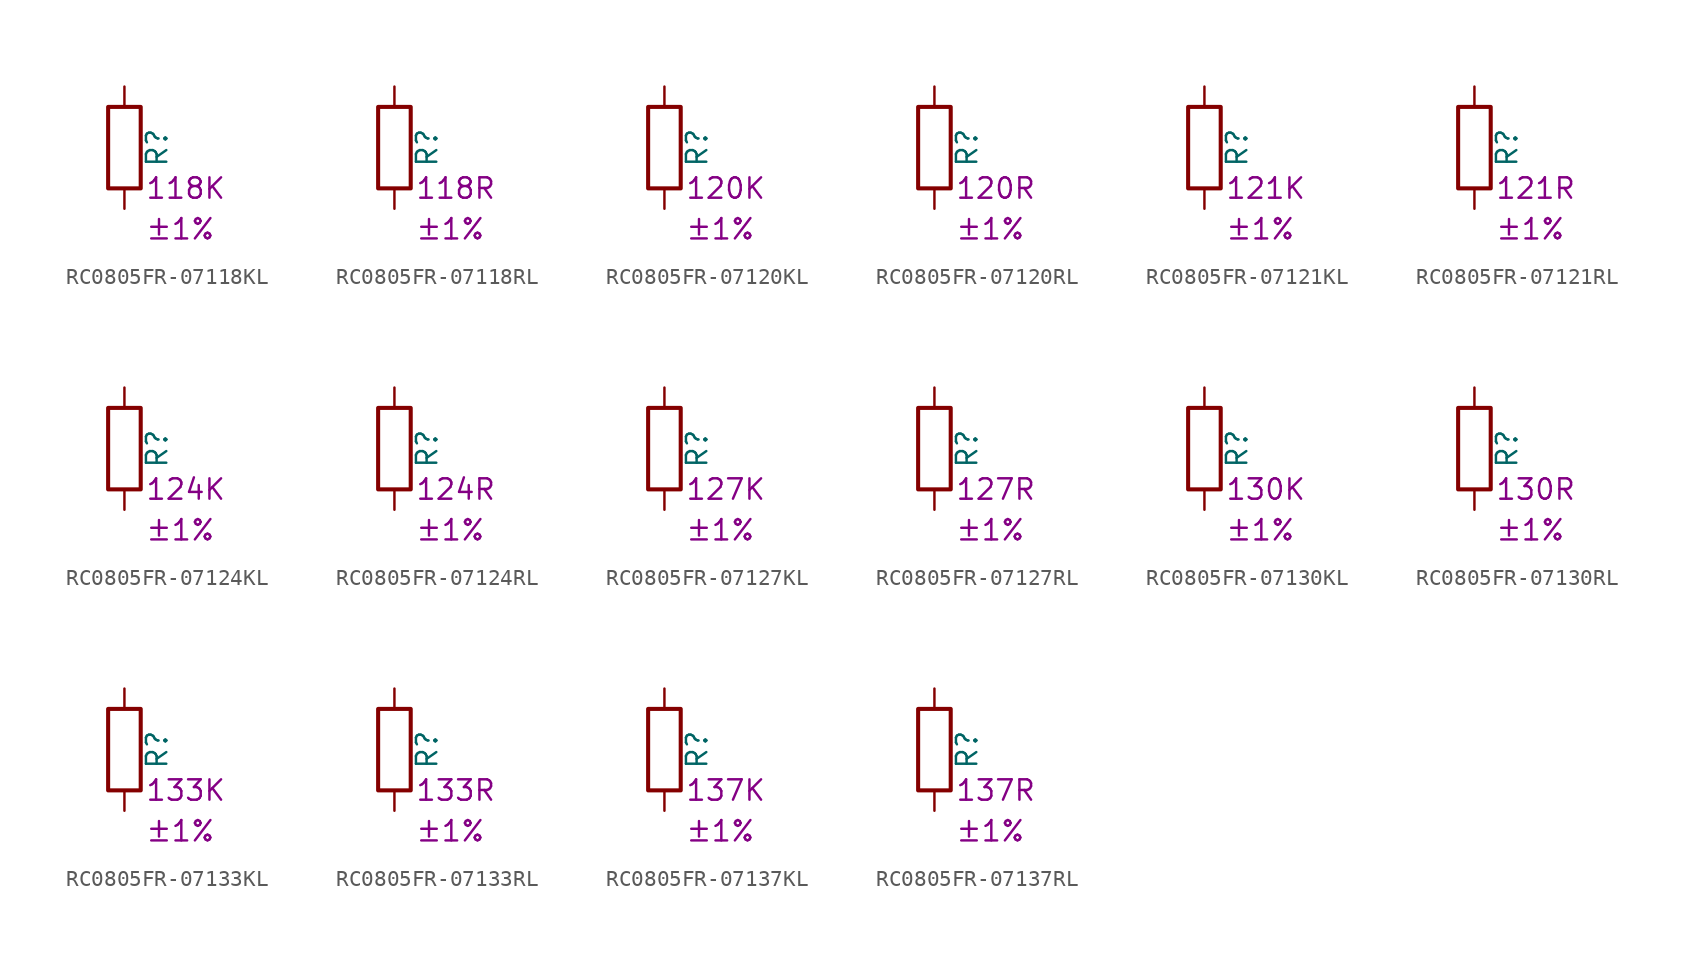
<source format=kicad_sym>
(kicad_symbol_lib
  (version 20220914)
  (generator kicad_symbol_editor)
  (symbol "RC0805FR-07118KL"
    (pin_numbers hide)
    (pin_names
      (offset 0))
    (property "Reference" "R"
      (at 2.032 0 90)
      (effects (font (size 1.27 1.27))))
    (property "Resistance" "118K"
      (at 1.27 -2.54 0)
      (effects (font (size 1.27 1.27)) (justify left)))
    (property "Tolerance" "±1%"
      (at 1.27 -5.08 0)
      (effects (font (size 1.27 1.27)) (justify left)))
    (symbol "RC0805FR-07118KL_0_1"
      (rectangle (start -1.016 -2.54) (end 1.016 2.54) (stroke (width 0.254) (type default)) (fill (type none))))
    (symbol "RC0805FR-07118KL_1_1"
      (pin passive line (at 0 3.81 270) (length 1.27) (name "~" (effects (font (size 1.27 1.27)))) (number "1" (effects (font (size 1.27 1.27)))))
      (pin passive line (at 0 -3.81 90) (length 1.27) (name "~" (effects (font (size 1.27 1.27)))) (number "2" (effects (font (size 1.27 1.27)))))))
  (symbol "RC0805FR-07118RL"
    (pin_numbers hide)
    (pin_names
      (offset 0))
    (property "Reference" "R"
      (at 2.032 0 90)
      (effects (font (size 1.27 1.27))))
    (property "Resistance" "118R"
      (at 1.27 -2.54 0)
      (effects (font (size 1.27 1.27)) (justify left)))
    (property "Tolerance" "±1%"
      (at 1.27 -5.08 0)
      (effects (font (size 1.27 1.27)) (justify left)))
    (symbol "RC0805FR-07118RL_0_1"
      (rectangle (start -1.016 -2.54) (end 1.016 2.54) (stroke (width 0.254) (type default)) (fill (type none))))
    (symbol "RC0805FR-07118RL_1_1"
      (pin passive line (at 0 3.81 270) (length 1.27) (name "~" (effects (font (size 1.27 1.27)))) (number "1" (effects (font (size 1.27 1.27)))))
      (pin passive line (at 0 -3.81 90) (length 1.27) (name "~" (effects (font (size 1.27 1.27)))) (number "2" (effects (font (size 1.27 1.27)))))))
  (symbol "RC0805FR-07120KL"
    (pin_numbers hide)
    (pin_names
      (offset 0))
    (property "Reference" "R"
      (at 2.032 0 90)
      (effects (font (size 1.27 1.27))))
    (property "Resistance" "120K"
      (at 1.27 -2.54 0)
      (effects (font (size 1.27 1.27)) (justify left)))
    (property "Tolerance" "±1%"
      (at 1.27 -5.08 0)
      (effects (font (size 1.27 1.27)) (justify left)))
    (symbol "RC0805FR-07120KL_0_1"
      (rectangle (start -1.016 -2.54) (end 1.016 2.54) (stroke (width 0.254) (type default)) (fill (type none))))
    (symbol "RC0805FR-07120KL_1_1"
      (pin passive line (at 0 3.81 270) (length 1.27) (name "~" (effects (font (size 1.27 1.27)))) (number "1" (effects (font (size 1.27 1.27)))))
      (pin passive line (at 0 -3.81 90) (length 1.27) (name "~" (effects (font (size 1.27 1.27)))) (number "2" (effects (font (size 1.27 1.27)))))))
  (symbol "RC0805FR-07120RL"
    (pin_numbers hide)
    (pin_names
      (offset 0))
    (property "Reference" "R"
      (at 2.032 0 90)
      (effects (font (size 1.27 1.27))))
    (property "Resistance" "120R"
      (at 1.27 -2.54 0)
      (effects (font (size 1.27 1.27)) (justify left)))
    (property "Tolerance" "±1%"
      (at 1.27 -5.08 0)
      (effects (font (size 1.27 1.27)) (justify left)))
    (symbol "RC0805FR-07120RL_0_1"
      (rectangle (start -1.016 -2.54) (end 1.016 2.54) (stroke (width 0.254) (type default)) (fill (type none))))
    (symbol "RC0805FR-07120RL_1_1"
      (pin passive line (at 0 3.81 270) (length 1.27) (name "~" (effects (font (size 1.27 1.27)))) (number "1" (effects (font (size 1.27 1.27)))))
      (pin passive line (at 0 -3.81 90) (length 1.27) (name "~" (effects (font (size 1.27 1.27)))) (number "2" (effects (font (size 1.27 1.27)))))))
  (symbol "RC0805FR-07121KL"
    (pin_numbers hide)
    (pin_names
      (offset 0))
    (property "Reference" "R"
      (at 2.032 0 90)
      (effects (font (size 1.27 1.27))))
    (property "Resistance" "121K"
      (at 1.27 -2.54 0)
      (effects (font (size 1.27 1.27)) (justify left)))
    (property "Tolerance" "±1%"
      (at 1.27 -5.08 0)
      (effects (font (size 1.27 1.27)) (justify left)))
    (symbol "RC0805FR-07121KL_0_1"
      (rectangle (start -1.016 -2.54) (end 1.016 2.54) (stroke (width 0.254) (type default)) (fill (type none))))
    (symbol "RC0805FR-07121KL_1_1"
      (pin passive line (at 0 3.81 270) (length 1.27) (name "~" (effects (font (size 1.27 1.27)))) (number "1" (effects (font (size 1.27 1.27)))))
      (pin passive line (at 0 -3.81 90) (length 1.27) (name "~" (effects (font (size 1.27 1.27)))) (number "2" (effects (font (size 1.27 1.27)))))))
  (symbol "RC0805FR-07121RL"
    (pin_numbers hide)
    (pin_names
      (offset 0))
    (property "Reference" "R"
      (at 2.032 0 90)
      (effects (font (size 1.27 1.27))))
    (property "Resistance" "121R"
      (at 1.27 -2.54 0)
      (effects (font (size 1.27 1.27)) (justify left)))
    (property "Tolerance" "±1%"
      (at 1.27 -5.08 0)
      (effects (font (size 1.27 1.27)) (justify left)))
    (symbol "RC0805FR-07121RL_0_1"
      (rectangle (start -1.016 -2.54) (end 1.016 2.54) (stroke (width 0.254) (type default)) (fill (type none))))
    (symbol "RC0805FR-07121RL_1_1"
      (pin passive line (at 0 3.81 270) (length 1.27) (name "~" (effects (font (size 1.27 1.27)))) (number "1" (effects (font (size 1.27 1.27)))))
      (pin passive line (at 0 -3.81 90) (length 1.27) (name "~" (effects (font (size 1.27 1.27)))) (number "2" (effects (font (size 1.27 1.27)))))))
  (symbol "RC0805FR-07124KL"
    (pin_numbers hide)
    (pin_names
      (offset 0))
    (property "Reference" "R"
      (at 2.032 0 90)
      (effects (font (size 1.27 1.27))))
    (property "Resistance" "124K"
      (at 1.27 -2.54 0)
      (effects (font (size 1.27 1.27)) (justify left)))
    (property "Tolerance" "±1%"
      (at 1.27 -5.08 0)
      (effects (font (size 1.27 1.27)) (justify left)))
    (symbol "RC0805FR-07124KL_0_1"
      (rectangle (start -1.016 -2.54) (end 1.016 2.54) (stroke (width 0.254) (type default)) (fill (type none))))
    (symbol "RC0805FR-07124KL_1_1"
      (pin passive line (at 0 3.81 270) (length 1.27) (name "~" (effects (font (size 1.27 1.27)))) (number "1" (effects (font (size 1.27 1.27)))))
      (pin passive line (at 0 -3.81 90) (length 1.27) (name "~" (effects (font (size 1.27 1.27)))) (number "2" (effects (font (size 1.27 1.27)))))))
  (symbol "RC0805FR-07124RL"
    (pin_numbers hide)
    (pin_names
      (offset 0))
    (property "Reference" "R"
      (at 2.032 0 90)
      (effects (font (size 1.27 1.27))))
    (property "Resistance" "124R"
      (at 1.27 -2.54 0)
      (effects (font (size 1.27 1.27)) (justify left)))
    (property "Tolerance" "±1%"
      (at 1.27 -5.08 0)
      (effects (font (size 1.27 1.27)) (justify left)))
    (symbol "RC0805FR-07124RL_0_1"
      (rectangle (start -1.016 -2.54) (end 1.016 2.54) (stroke (width 0.254) (type default)) (fill (type none))))
    (symbol "RC0805FR-07124RL_1_1"
      (pin passive line (at 0 3.81 270) (length 1.27) (name "~" (effects (font (size 1.27 1.27)))) (number "1" (effects (font (size 1.27 1.27)))))
      (pin passive line (at 0 -3.81 90) (length 1.27) (name "~" (effects (font (size 1.27 1.27)))) (number "2" (effects (font (size 1.27 1.27)))))))
  (symbol "RC0805FR-07127KL"
    (pin_numbers hide)
    (pin_names
      (offset 0))
    (property "Reference" "R"
      (at 2.032 0 90)
      (effects (font (size 1.27 1.27))))
    (property "Resistance" "127K"
      (at 1.27 -2.54 0)
      (effects (font (size 1.27 1.27)) (justify left)))
    (property "Tolerance" "±1%"
      (at 1.27 -5.08 0)
      (effects (font (size 1.27 1.27)) (justify left)))
    (symbol "RC0805FR-07127KL_0_1"
      (rectangle (start -1.016 -2.54) (end 1.016 2.54) (stroke (width 0.254) (type default)) (fill (type none))))
    (symbol "RC0805FR-07127KL_1_1"
      (pin passive line (at 0 3.81 270) (length 1.27) (name "~" (effects (font (size 1.27 1.27)))) (number "1" (effects (font (size 1.27 1.27)))))
      (pin passive line (at 0 -3.81 90) (length 1.27) (name "~" (effects (font (size 1.27 1.27)))) (number "2" (effects (font (size 1.27 1.27)))))))
  (symbol "RC0805FR-07127RL"
    (pin_numbers hide)
    (pin_names
      (offset 0))
    (property "Reference" "R"
      (at 2.032 0 90)
      (effects (font (size 1.27 1.27))))
    (property "Resistance" "127R"
      (at 1.27 -2.54 0)
      (effects (font (size 1.27 1.27)) (justify left)))
    (property "Tolerance" "±1%"
      (at 1.27 -5.08 0)
      (effects (font (size 1.27 1.27)) (justify left)))
    (symbol "RC0805FR-07127RL_0_1"
      (rectangle (start -1.016 -2.54) (end 1.016 2.54) (stroke (width 0.254) (type default)) (fill (type none))))
    (symbol "RC0805FR-07127RL_1_1"
      (pin passive line (at 0 3.81 270) (length 1.27) (name "~" (effects (font (size 1.27 1.27)))) (number "1" (effects (font (size 1.27 1.27)))))
      (pin passive line (at 0 -3.81 90) (length 1.27) (name "~" (effects (font (size 1.27 1.27)))) (number "2" (effects (font (size 1.27 1.27)))))))
  (symbol "RC0805FR-07130KL"
    (pin_numbers hide)
    (pin_names
      (offset 0))
    (property "Reference" "R"
      (at 2.032 0 90)
      (effects (font (size 1.27 1.27))))
    (property "Resistance" "130K"
      (at 1.27 -2.54 0)
      (effects (font (size 1.27 1.27)) (justify left)))
    (property "Tolerance" "±1%"
      (at 1.27 -5.08 0)
      (effects (font (size 1.27 1.27)) (justify left)))
    (symbol "RC0805FR-07130KL_0_1"
      (rectangle (start -1.016 -2.54) (end 1.016 2.54) (stroke (width 0.254) (type default)) (fill (type none))))
    (symbol "RC0805FR-07130KL_1_1"
      (pin passive line (at 0 3.81 270) (length 1.27) (name "~" (effects (font (size 1.27 1.27)))) (number "1" (effects (font (size 1.27 1.27)))))
      (pin passive line (at 0 -3.81 90) (length 1.27) (name "~" (effects (font (size 1.27 1.27)))) (number "2" (effects (font (size 1.27 1.27)))))))
  (symbol "RC0805FR-07130RL"
    (pin_numbers hide)
    (pin_names
      (offset 0))
    (property "Reference" "R"
      (at 2.032 0 90)
      (effects (font (size 1.27 1.27))))
    (property "Resistance" "130R"
      (at 1.27 -2.54 0)
      (effects (font (size 1.27 1.27)) (justify left)))
    (property "Tolerance" "±1%"
      (at 1.27 -5.08 0)
      (effects (font (size 1.27 1.27)) (justify left)))
    (symbol "RC0805FR-07130RL_0_1"
      (rectangle (start -1.016 -2.54) (end 1.016 2.54) (stroke (width 0.254) (type default)) (fill (type none))))
    (symbol "RC0805FR-07130RL_1_1"
      (pin passive line (at 0 3.81 270) (length 1.27) (name "~" (effects (font (size 1.27 1.27)))) (number "1" (effects (font (size 1.27 1.27)))))
      (pin passive line (at 0 -3.81 90) (length 1.27) (name "~" (effects (font (size 1.27 1.27)))) (number "2" (effects (font (size 1.27 1.27)))))))
  (symbol "RC0805FR-07133KL"
    (pin_numbers hide)
    (pin_names
      (offset 0))
    (property "Reference" "R"
      (at 2.032 0 90)
      (effects (font (size 1.27 1.27))))
    (property "Resistance" "133K"
      (at 1.27 -2.54 0)
      (effects (font (size 1.27 1.27)) (justify left)))
    (property "Tolerance" "±1%"
      (at 1.27 -5.08 0)
      (effects (font (size 1.27 1.27)) (justify left)))
    (symbol "RC0805FR-07133KL_0_1"
      (rectangle (start -1.016 -2.54) (end 1.016 2.54) (stroke (width 0.254) (type default)) (fill (type none))))
    (symbol "RC0805FR-07133KL_1_1"
      (pin passive line (at 0 3.81 270) (length 1.27) (name "~" (effects (font (size 1.27 1.27)))) (number "1" (effects (font (size 1.27 1.27)))))
      (pin passive line (at 0 -3.81 90) (length 1.27) (name "~" (effects (font (size 1.27 1.27)))) (number "2" (effects (font (size 1.27 1.27)))))))
  (symbol "RC0805FR-07133RL"
    (pin_numbers hide)
    (pin_names
      (offset 0))
    (property "Reference" "R"
      (at 2.032 0 90)
      (effects (font (size 1.27 1.27))))
    (property "Resistance" "133R"
      (at 1.27 -2.54 0)
      (effects (font (size 1.27 1.27)) (justify left)))
    (property "Tolerance" "±1%"
      (at 1.27 -5.08 0)
      (effects (font (size 1.27 1.27)) (justify left)))
    (symbol "RC0805FR-07133RL_0_1"
      (rectangle (start -1.016 -2.54) (end 1.016 2.54) (stroke (width 0.254) (type default)) (fill (type none))))
    (symbol "RC0805FR-07133RL_1_1"
      (pin passive line (at 0 3.81 270) (length 1.27) (name "~" (effects (font (size 1.27 1.27)))) (number "1" (effects (font (size 1.27 1.27)))))
      (pin passive line (at 0 -3.81 90) (length 1.27) (name "~" (effects (font (size 1.27 1.27)))) (number "2" (effects (font (size 1.27 1.27)))))))
  (symbol "RC0805FR-07137KL"
    (pin_numbers hide)
    (pin_names
      (offset 0))
    (property "Reference" "R"
      (at 2.032 0 90)
      (effects (font (size 1.27 1.27))))
    (property "Resistance" "137K"
      (at 1.27 -2.54 0)
      (effects (font (size 1.27 1.27)) (justify left)))
    (property "Tolerance" "±1%"
      (at 1.27 -5.08 0)
      (effects (font (size 1.27 1.27)) (justify left)))
    (symbol "RC0805FR-07137KL_0_1"
      (rectangle (start -1.016 -2.54) (end 1.016 2.54) (stroke (width 0.254) (type default)) (fill (type none))))
    (symbol "RC0805FR-07137KL_1_1"
      (pin passive line (at 0 3.81 270) (length 1.27) (name "~" (effects (font (size 1.27 1.27)))) (number "1" (effects (font (size 1.27 1.27)))))
      (pin passive line (at 0 -3.81 90) (length 1.27) (name "~" (effects (font (size 1.27 1.27)))) (number "2" (effects (font (size 1.27 1.27)))))))
  (symbol "RC0805FR-07137RL"
    (pin_numbers hide)
    (pin_names
      (offset 0))
    (property "Reference" "R"
      (at 2.032 0 90)
      (effects (font (size 1.27 1.27))))
    (property "Resistance" "137R"
      (at 1.27 -2.54 0)
      (effects (font (size 1.27 1.27)) (justify left)))
    (property "Tolerance" "±1%"
      (at 1.27 -5.08 0)
      (effects (font (size 1.27 1.27)) (justify left)))
    (symbol "RC0805FR-07137RL_0_1"
      (rectangle (start -1.016 -2.54) (end 1.016 2.54) (stroke (width 0.254) (type default)) (fill (type none))))
    (symbol "RC0805FR-07137RL_1_1"
      (pin passive line (at 0 3.81 270) (length 1.27) (name "~" (effects (font (size 1.27 1.27)))) (number "1" (effects (font (size 1.27 1.27)))))
      (pin passive line (at 0 -3.81 90) (length 1.27) (name "~" (effects (font (size 1.27 1.27)))) (number "2" (effects (font (size 1.27 1.27))))))))
</source>
